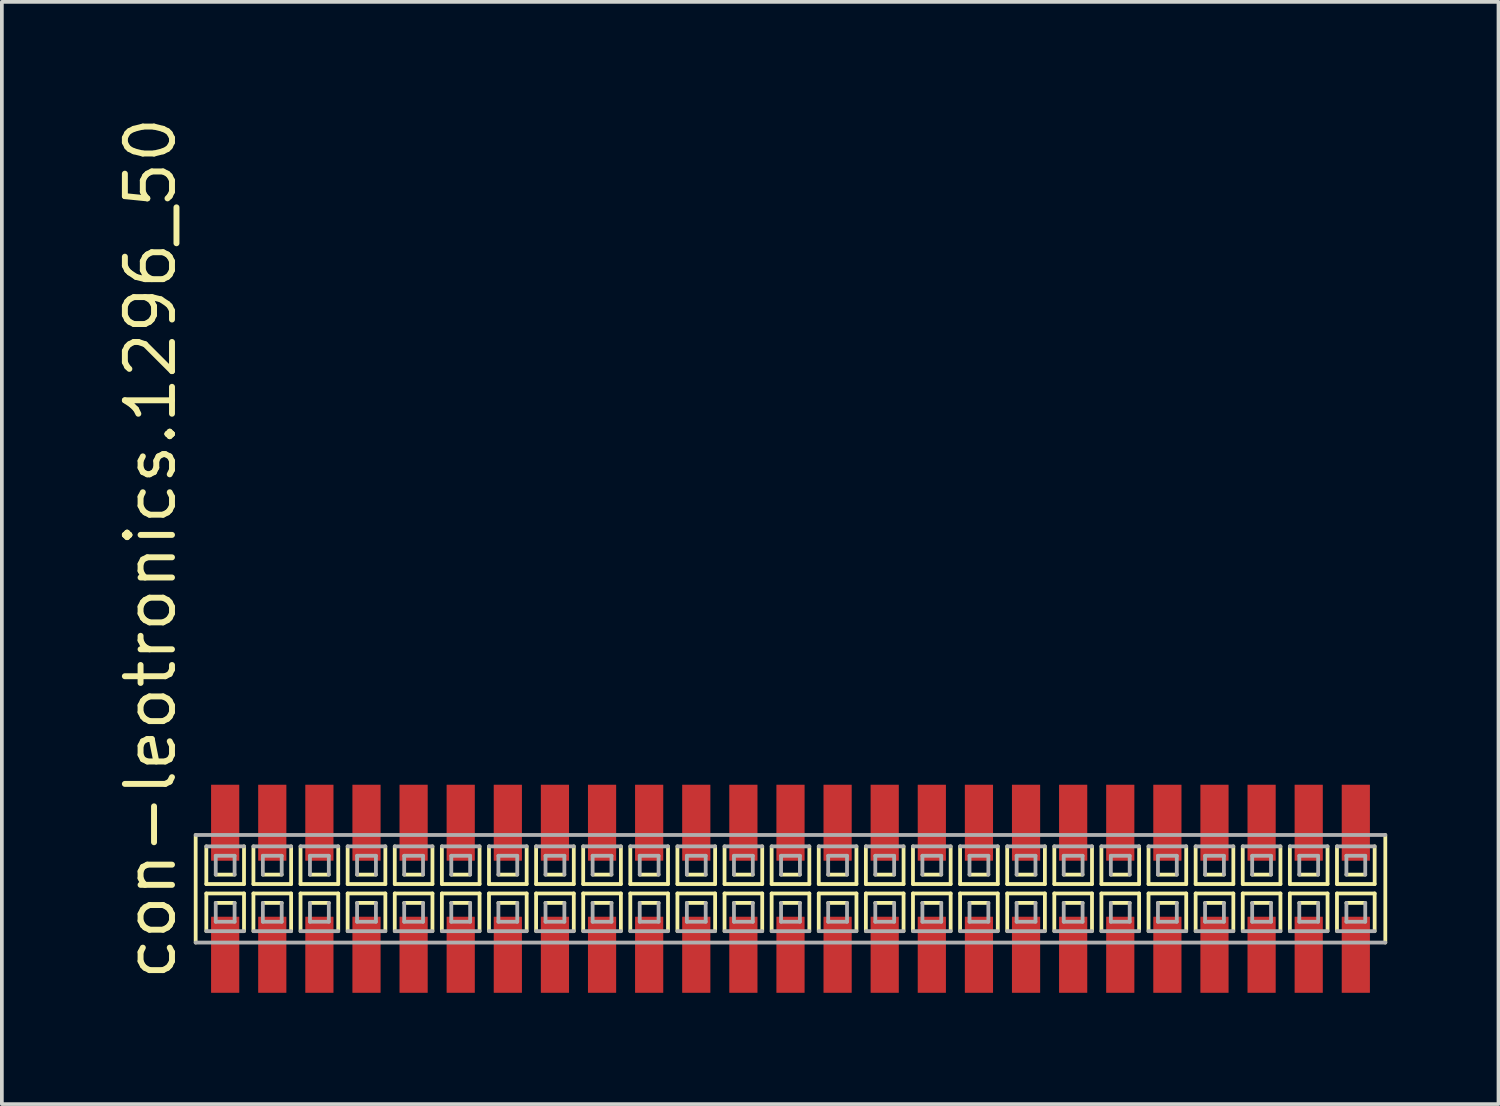
<source format=kicad_pcb>
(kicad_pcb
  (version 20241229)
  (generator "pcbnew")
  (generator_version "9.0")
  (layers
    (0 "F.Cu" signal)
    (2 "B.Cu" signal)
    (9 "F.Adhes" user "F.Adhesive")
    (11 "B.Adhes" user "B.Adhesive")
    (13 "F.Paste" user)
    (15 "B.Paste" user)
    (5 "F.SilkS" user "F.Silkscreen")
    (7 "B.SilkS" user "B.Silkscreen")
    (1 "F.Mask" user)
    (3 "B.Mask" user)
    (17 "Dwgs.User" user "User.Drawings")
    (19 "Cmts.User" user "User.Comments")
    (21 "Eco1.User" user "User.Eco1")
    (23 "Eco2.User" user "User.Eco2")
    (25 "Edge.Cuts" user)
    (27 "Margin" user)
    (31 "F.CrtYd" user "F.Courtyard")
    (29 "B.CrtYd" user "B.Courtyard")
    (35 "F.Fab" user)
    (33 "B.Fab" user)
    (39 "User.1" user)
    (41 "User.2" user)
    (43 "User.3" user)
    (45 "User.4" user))
  (footprint "con-leotronics.1296_50"
    (layer "F.Cu")
    (at 18.26 20.909)
    (property "Reference" "con-leotronics.1296_50" (at -16.51 2.54 90) (layer "F.SilkS") (effects (font (size 1.27 1.27) (thickness 0.16)) (justify left bottom)))
    (attr smd)
    (fp_line (start -16.035 -1.45) (end -16.035 1.45) (stroke (width 0.102) (type default)) (layer "F.SilkS"))
    (fp_line (start -15.748 -1.143) (end -15.748 -0.127) (stroke (width 0.102) (type default)) (layer "F.SilkS"))
    (fp_line (start -15.748 -0.127) (end -14.732 -0.127) (stroke (width 0.102) (type default)) (layer "F.SilkS"))
    (fp_line (start -15.748 0.127) (end -15.748 1.143) (stroke (width 0.102) (type default)) (layer "F.SilkS"))
    (fp_line (start -15.494 -0.381) (end -14.986 -0.381) (stroke (width 0.102) (type default)) (layer "F.SilkS"))
    (fp_line (start -14.986 0.381) (end -15.494 0.381) (stroke (width 0.102) (type default)) (layer "F.SilkS"))
    (fp_line (start -14.732 -0.127) (end -14.732 -1.143) (stroke (width 0.102) (type default)) (layer "F.SilkS"))
    (fp_line (start -14.732 0.127) (end -15.748 0.127) (stroke (width 0.102) (type default)) (layer "F.SilkS"))
    (fp_line (start -14.732 1.143) (end -14.732 0.127) (stroke (width 0.102) (type default)) (layer "F.SilkS"))
    (fp_line (start -14.478 -1.143) (end -14.478 -0.127) (stroke (width 0.102) (type default)) (layer "F.SilkS"))
    (fp_line (start -14.478 -0.127) (end -13.462 -0.127) (stroke (width 0.102) (type default)) (layer "F.SilkS"))
    (fp_line (start -14.478 0.127) (end -14.478 1.143) (stroke (width 0.102) (type default)) (layer "F.SilkS"))
    (fp_line (start -14.224 -0.381) (end -13.716 -0.381) (stroke (width 0.102) (type default)) (layer "F.SilkS"))
    (fp_line (start -13.716 0.381) (end -14.224 0.381) (stroke (width 0.102) (type default)) (layer "F.SilkS"))
    (fp_line (start -13.462 -0.127) (end -13.462 -1.143) (stroke (width 0.102) (type default)) (layer "F.SilkS"))
    (fp_line (start -13.462 0.127) (end -14.478 0.127) (stroke (width 0.102) (type default)) (layer "F.SilkS"))
    (fp_line (start -13.462 1.143) (end -13.462 0.127) (stroke (width 0.102) (type default)) (layer "F.SilkS"))
    (fp_line (start -13.208 -1.143) (end -13.208 -0.127) (stroke (width 0.102) (type default)) (layer "F.SilkS"))
    (fp_line (start -13.208 -0.127) (end -12.192 -0.127) (stroke (width 0.102) (type default)) (layer "F.SilkS"))
    (fp_line (start -13.208 0.127) (end -13.208 1.143) (stroke (width 0.102) (type default)) (layer "F.SilkS"))
    (fp_line (start -12.954 -0.381) (end -12.446 -0.381) (stroke (width 0.102) (type default)) (layer "F.SilkS"))
    (fp_line (start -12.446 0.381) (end -12.954 0.381) (stroke (width 0.102) (type default)) (layer "F.SilkS"))
    (fp_line (start -12.192 -0.127) (end -12.192 -1.143) (stroke (width 0.102) (type default)) (layer "F.SilkS"))
    (fp_line (start -12.192 0.127) (end -13.208 0.127) (stroke (width 0.102) (type default)) (layer "F.SilkS"))
    (fp_line (start -12.192 1.143) (end -12.192 0.127) (stroke (width 0.102) (type default)) (layer "F.SilkS"))
    (fp_line (start -11.938 -1.143) (end -11.938 -0.127) (stroke (width 0.102) (type default)) (layer "F.SilkS"))
    (fp_line (start -11.938 -0.127) (end -10.922 -0.127) (stroke (width 0.102) (type default)) (layer "F.SilkS"))
    (fp_line (start -11.938 0.127) (end -11.938 1.143) (stroke (width 0.102) (type default)) (layer "F.SilkS"))
    (fp_line (start -11.684 -0.381) (end -11.176 -0.381) (stroke (width 0.102) (type default)) (layer "F.SilkS"))
    (fp_line (start -11.176 0.381) (end -11.684 0.381) (stroke (width 0.102) (type default)) (layer "F.SilkS"))
    (fp_line (start -10.922 -0.127) (end -10.922 -1.143) (stroke (width 0.102) (type default)) (layer "F.SilkS"))
    (fp_line (start -10.922 0.127) (end -11.938 0.127) (stroke (width 0.102) (type default)) (layer "F.SilkS"))
    (fp_line (start -10.922 1.143) (end -10.922 0.127) (stroke (width 0.102) (type default)) (layer "F.SilkS"))
    (fp_line (start -10.668 -1.143) (end -10.668 -0.127) (stroke (width 0.102) (type default)) (layer "F.SilkS"))
    (fp_line (start -10.668 -0.127) (end -9.652 -0.127) (stroke (width 0.102) (type default)) (layer "F.SilkS"))
    (fp_line (start -10.668 0.127) (end -10.668 1.143) (stroke (width 0.102) (type default)) (layer "F.SilkS"))
    (fp_line (start -10.414 -0.381) (end -9.906 -0.381) (stroke (width 0.102) (type default)) (layer "F.SilkS"))
    (fp_line (start -9.906 0.381) (end -10.414 0.381) (stroke (width 0.102) (type default)) (layer "F.SilkS"))
    (fp_line (start -9.652 -0.127) (end -9.652 -1.143) (stroke (width 0.102) (type default)) (layer "F.SilkS"))
    (fp_line (start -9.652 0.127) (end -10.668 0.127) (stroke (width 0.102) (type default)) (layer "F.SilkS"))
    (fp_line (start -9.652 1.143) (end -9.652 0.127) (stroke (width 0.102) (type default)) (layer "F.SilkS"))
    (fp_line (start -9.398 -1.143) (end -9.398 -0.127) (stroke (width 0.102) (type default)) (layer "F.SilkS"))
    (fp_line (start -9.398 -0.127) (end -8.382 -0.127) (stroke (width 0.102) (type default)) (layer "F.SilkS"))
    (fp_line (start -9.398 0.127) (end -9.398 1.143) (stroke (width 0.102) (type default)) (layer "F.SilkS"))
    (fp_line (start -9.144 -0.381) (end -8.636 -0.381) (stroke (width 0.102) (type default)) (layer "F.SilkS"))
    (fp_line (start -8.636 0.381) (end -9.144 0.381) (stroke (width 0.102) (type default)) (layer "F.SilkS"))
    (fp_line (start -8.382 -0.127) (end -8.382 -1.143) (stroke (width 0.102) (type default)) (layer "F.SilkS"))
    (fp_line (start -8.382 0.127) (end -9.398 0.127) (stroke (width 0.102) (type default)) (layer "F.SilkS"))
    (fp_line (start -8.382 1.143) (end -8.382 0.127) (stroke (width 0.102) (type default)) (layer "F.SilkS"))
    (fp_line (start -8.128 -1.143) (end -8.128 -0.127) (stroke (width 0.102) (type default)) (layer "F.SilkS"))
    (fp_line (start -8.128 -0.127) (end -7.112 -0.127) (stroke (width 0.102) (type default)) (layer "F.SilkS"))
    (fp_line (start -8.128 0.127) (end -8.128 1.143) (stroke (width 0.102) (type default)) (layer "F.SilkS"))
    (fp_line (start -7.874 -0.381) (end -7.366 -0.381) (stroke (width 0.102) (type default)) (layer "F.SilkS"))
    (fp_line (start -7.366 0.381) (end -7.874 0.381) (stroke (width 0.102) (type default)) (layer "F.SilkS"))
    (fp_line (start -7.112 -0.127) (end -7.112 -1.143) (stroke (width 0.102) (type default)) (layer "F.SilkS"))
    (fp_line (start -7.112 0.127) (end -8.128 0.127) (stroke (width 0.102) (type default)) (layer "F.SilkS"))
    (fp_line (start -7.112 1.143) (end -7.112 0.127) (stroke (width 0.102) (type default)) (layer "F.SilkS"))
    (fp_line (start -6.858 -1.143) (end -6.858 -0.127) (stroke (width 0.102) (type default)) (layer "F.SilkS"))
    (fp_line (start -6.858 -0.127) (end -5.842 -0.127) (stroke (width 0.102) (type default)) (layer "F.SilkS"))
    (fp_line (start -6.858 0.127) (end -6.858 1.143) (stroke (width 0.102) (type default)) (layer "F.SilkS"))
    (fp_line (start -6.604 -0.381) (end -6.096 -0.381) (stroke (width 0.102) (type default)) (layer "F.SilkS"))
    (fp_line (start -6.096 0.381) (end -6.604 0.381) (stroke (width 0.102) (type default)) (layer "F.SilkS"))
    (fp_line (start -5.842 -0.127) (end -5.842 -1.143) (stroke (width 0.102) (type default)) (layer "F.SilkS"))
    (fp_line (start -5.842 0.127) (end -6.858 0.127) (stroke (width 0.102) (type default)) (layer "F.SilkS"))
    (fp_line (start -5.842 1.143) (end -5.842 0.127) (stroke (width 0.102) (type default)) (layer "F.SilkS"))
    (fp_line (start -5.588 -1.143) (end -5.588 -0.127) (stroke (width 0.102) (type default)) (layer "F.SilkS"))
    (fp_line (start -5.588 -0.127) (end -4.572 -0.127) (stroke (width 0.102) (type default)) (layer "F.SilkS"))
    (fp_line (start -5.588 0.127) (end -5.588 1.143) (stroke (width 0.102) (type default)) (layer "F.SilkS"))
    (fp_line (start -5.334 -0.381) (end -4.826 -0.381) (stroke (width 0.102) (type default)) (layer "F.SilkS"))
    (fp_line (start -4.826 0.381) (end -5.334 0.381) (stroke (width 0.102) (type default)) (layer "F.SilkS"))
    (fp_line (start -4.572 -0.127) (end -4.572 -1.143) (stroke (width 0.102) (type default)) (layer "F.SilkS"))
    (fp_line (start -4.572 0.127) (end -5.588 0.127) (stroke (width 0.102) (type default)) (layer "F.SilkS"))
    (fp_line (start -4.572 1.143) (end -4.572 0.127) (stroke (width 0.102) (type default)) (layer "F.SilkS"))
    (fp_line (start -4.318 -1.143) (end -4.318 -0.127) (stroke (width 0.102) (type default)) (layer "F.SilkS"))
    (fp_line (start -4.318 -0.127) (end -3.302 -0.127) (stroke (width 0.102) (type default)) (layer "F.SilkS"))
    (fp_line (start -4.318 0.127) (end -4.318 1.143) (stroke (width 0.102) (type default)) (layer "F.SilkS"))
    (fp_line (start -4.064 -0.381) (end -3.556 -0.381) (stroke (width 0.102) (type default)) (layer "F.SilkS"))
    (fp_line (start -3.556 0.381) (end -4.064 0.381) (stroke (width 0.102) (type default)) (layer "F.SilkS"))
    (fp_line (start -3.302 -0.127) (end -3.302 -1.143) (stroke (width 0.102) (type default)) (layer "F.SilkS"))
    (fp_line (start -3.302 0.127) (end -4.318 0.127) (stroke (width 0.102) (type default)) (layer "F.SilkS"))
    (fp_line (start -3.302 1.143) (end -3.302 0.127) (stroke (width 0.102) (type default)) (layer "F.SilkS"))
    (fp_line (start -3.048 -1.143) (end -3.048 -0.127) (stroke (width 0.102) (type default)) (layer "F.SilkS"))
    (fp_line (start -3.048 -0.127) (end -2.032 -0.127) (stroke (width 0.102) (type default)) (layer "F.SilkS"))
    (fp_line (start -3.048 0.127) (end -3.048 1.143) (stroke (width 0.102) (type default)) (layer "F.SilkS"))
    (fp_line (start -2.794 -0.381) (end -2.286 -0.381) (stroke (width 0.102) (type default)) (layer "F.SilkS"))
    (fp_line (start -2.286 0.381) (end -2.794 0.381) (stroke (width 0.102) (type default)) (layer "F.SilkS"))
    (fp_line (start -2.032 -0.127) (end -2.032 -1.143) (stroke (width 0.102) (type default)) (layer "F.SilkS"))
    (fp_line (start -2.032 0.127) (end -3.048 0.127) (stroke (width 0.102) (type default)) (layer "F.SilkS"))
    (fp_line (start -2.032 1.143) (end -2.032 0.127) (stroke (width 0.102) (type default)) (layer "F.SilkS"))
    (fp_line (start -1.778 -1.143) (end -1.778 -0.127) (stroke (width 0.102) (type default)) (layer "F.SilkS"))
    (fp_line (start -1.778 -0.127) (end -0.762 -0.127) (stroke (width 0.102) (type default)) (layer "F.SilkS"))
    (fp_line (start -1.778 0.127) (end -1.778 1.143) (stroke (width 0.102) (type default)) (layer "F.SilkS"))
    (fp_line (start -1.524 -0.381) (end -1.016 -0.381) (stroke (width 0.102) (type default)) (layer "F.SilkS"))
    (fp_line (start -1.016 0.381) (end -1.524 0.381) (stroke (width 0.102) (type default)) (layer "F.SilkS"))
    (fp_line (start -0.762 -0.127) (end -0.762 -1.143) (stroke (width 0.102) (type default)) (layer "F.SilkS"))
    (fp_line (start -0.762 0.127) (end -1.778 0.127) (stroke (width 0.102) (type default)) (layer "F.SilkS"))
    (fp_line (start -0.762 1.143) (end -0.762 0.127) (stroke (width 0.102) (type default)) (layer "F.SilkS"))
    (fp_line (start -0.508 -1.143) (end -0.508 -0.127) (stroke (width 0.102) (type default)) (layer "F.SilkS"))
    (fp_line (start -0.508 -0.127) (end 0.508 -0.127) (stroke (width 0.102) (type default)) (layer "F.SilkS"))
    (fp_line (start -0.508 0.127) (end -0.508 1.143) (stroke (width 0.102) (type default)) (layer "F.SilkS"))
    (fp_line (start -0.254 -0.381) (end 0.254 -0.381) (stroke (width 0.102) (type default)) (layer "F.SilkS"))
    (fp_line (start 0.254 0.381) (end -0.254 0.381) (stroke (width 0.102) (type default)) (layer "F.SilkS"))
    (fp_line (start 0.508 -0.127) (end 0.508 -1.143) (stroke (width 0.102) (type default)) (layer "F.SilkS"))
    (fp_line (start 0.508 0.127) (end -0.508 0.127) (stroke (width 0.102) (type default)) (layer "F.SilkS"))
    (fp_line (start 0.508 1.143) (end 0.508 0.127) (stroke (width 0.102) (type default)) (layer "F.SilkS"))
    (fp_line (start 0.762 -1.143) (end 0.762 -0.127) (stroke (width 0.102) (type default)) (layer "F.SilkS"))
    (fp_line (start 0.762 -0.127) (end 1.778 -0.127) (stroke (width 0.102) (type default)) (layer "F.SilkS"))
    (fp_line (start 0.762 0.127) (end 0.762 1.143) (stroke (width 0.102) (type default)) (layer "F.SilkS"))
    (fp_line (start 1.016 -0.381) (end 1.524 -0.381) (stroke (width 0.102) (type default)) (layer "F.SilkS"))
    (fp_line (start 1.524 0.381) (end 1.016 0.381) (stroke (width 0.102) (type default)) (layer "F.SilkS"))
    (fp_line (start 1.778 -0.127) (end 1.778 -1.143) (stroke (width 0.102) (type default)) (layer "F.SilkS"))
    (fp_line (start 1.778 0.127) (end 0.762 0.127) (stroke (width 0.102) (type default)) (layer "F.SilkS"))
    (fp_line (start 1.778 1.143) (end 1.778 0.127) (stroke (width 0.102) (type default)) (layer "F.SilkS"))
    (fp_line (start 2.032 -1.143) (end 2.032 -0.127) (stroke (width 0.102) (type default)) (layer "F.SilkS"))
    (fp_line (start 2.032 -0.127) (end 3.048 -0.127) (stroke (width 0.102) (type default)) (layer "F.SilkS"))
    (fp_line (start 2.032 0.127) (end 2.032 1.143) (stroke (width 0.102) (type default)) (layer "F.SilkS"))
    (fp_line (start 2.286 -0.381) (end 2.794 -0.381) (stroke (width 0.102) (type default)) (layer "F.SilkS"))
    (fp_line (start 2.794 0.381) (end 2.286 0.381) (stroke (width 0.102) (type default)) (layer "F.SilkS"))
    (fp_line (start 3.048 -0.127) (end 3.048 -1.143) (stroke (width 0.102) (type default)) (layer "F.SilkS"))
    (fp_line (start 3.048 0.127) (end 2.032 0.127) (stroke (width 0.102) (type default)) (layer "F.SilkS"))
    (fp_line (start 3.048 1.143) (end 3.048 0.127) (stroke (width 0.102) (type default)) (layer "F.SilkS"))
    (fp_line (start 3.302 -1.143) (end 3.302 -0.127) (stroke (width 0.102) (type default)) (layer "F.SilkS"))
    (fp_line (start 3.302 -0.127) (end 4.318 -0.127) (stroke (width 0.102) (type default)) (layer "F.SilkS"))
    (fp_line (start 3.302 0.127) (end 3.302 1.143) (stroke (width 0.102) (type default)) (layer "F.SilkS"))
    (fp_line (start 3.556 -0.381) (end 4.064 -0.381) (stroke (width 0.102) (type default)) (layer "F.SilkS"))
    (fp_line (start 4.064 0.381) (end 3.556 0.381) (stroke (width 0.102) (type default)) (layer "F.SilkS"))
    (fp_line (start 4.318 -0.127) (end 4.318 -1.143) (stroke (width 0.102) (type default)) (layer "F.SilkS"))
    (fp_line (start 4.318 0.127) (end 3.302 0.127) (stroke (width 0.102) (type default)) (layer "F.SilkS"))
    (fp_line (start 4.318 1.143) (end 4.318 0.127) (stroke (width 0.102) (type default)) (layer "F.SilkS"))
    (fp_line (start 4.572 -1.143) (end 4.572 -0.127) (stroke (width 0.102) (type default)) (layer "F.SilkS"))
    (fp_line (start 4.572 -0.127) (end 5.588 -0.127) (stroke (width 0.102) (type default)) (layer "F.SilkS"))
    (fp_line (start 4.572 0.127) (end 4.572 1.143) (stroke (width 0.102) (type default)) (layer "F.SilkS"))
    (fp_line (start 4.826 -0.381) (end 5.334 -0.381) (stroke (width 0.102) (type default)) (layer "F.SilkS"))
    (fp_line (start 5.334 0.381) (end 4.826 0.381) (stroke (width 0.102) (type default)) (layer "F.SilkS"))
    (fp_line (start 5.588 -0.127) (end 5.588 -1.143) (stroke (width 0.102) (type default)) (layer "F.SilkS"))
    (fp_line (start 5.588 0.127) (end 4.572 0.127) (stroke (width 0.102) (type default)) (layer "F.SilkS"))
    (fp_line (start 5.588 1.143) (end 5.588 0.127) (stroke (width 0.102) (type default)) (layer "F.SilkS"))
    (fp_line (start 5.842 -1.143) (end 5.842 -0.127) (stroke (width 0.102) (type default)) (layer "F.SilkS"))
    (fp_line (start 5.842 -0.127) (end 6.858 -0.127) (stroke (width 0.102) (type default)) (layer "F.SilkS"))
    (fp_line (start 5.842 0.127) (end 5.842 1.143) (stroke (width 0.102) (type default)) (layer "F.SilkS"))
    (fp_line (start 6.096 -0.381) (end 6.604 -0.381) (stroke (width 0.102) (type default)) (layer "F.SilkS"))
    (fp_line (start 6.604 0.381) (end 6.096 0.381) (stroke (width 0.102) (type default)) (layer "F.SilkS"))
    (fp_line (start 6.858 -0.127) (end 6.858 -1.143) (stroke (width 0.102) (type default)) (layer "F.SilkS"))
    (fp_line (start 6.858 0.127) (end 5.842 0.127) (stroke (width 0.102) (type default)) (layer "F.SilkS"))
    (fp_line (start 6.858 1.143) (end 6.858 0.127) (stroke (width 0.102) (type default)) (layer "F.SilkS"))
    (fp_line (start 7.112 -1.143) (end 7.112 -0.127) (stroke (width 0.102) (type default)) (layer "F.SilkS"))
    (fp_line (start 7.112 -0.127) (end 8.128 -0.127) (stroke (width 0.102) (type default)) (layer "F.SilkS"))
    (fp_line (start 7.112 0.127) (end 7.112 1.143) (stroke (width 0.102) (type default)) (layer "F.SilkS"))
    (fp_line (start 7.366 -0.381) (end 7.874 -0.381) (stroke (width 0.102) (type default)) (layer "F.SilkS"))
    (fp_line (start 7.874 0.381) (end 7.366 0.381) (stroke (width 0.102) (type default)) (layer "F.SilkS"))
    (fp_line (start 8.128 -0.127) (end 8.128 -1.143) (stroke (width 0.102) (type default)) (layer "F.SilkS"))
    (fp_line (start 8.128 0.127) (end 7.112 0.127) (stroke (width 0.102) (type default)) (layer "F.SilkS"))
    (fp_line (start 8.128 1.143) (end 8.128 0.127) (stroke (width 0.102) (type default)) (layer "F.SilkS"))
    (fp_line (start 8.382 -1.143) (end 8.382 -0.127) (stroke (width 0.102) (type default)) (layer "F.SilkS"))
    (fp_line (start 8.382 -0.127) (end 9.398 -0.127) (stroke (width 0.102) (type default)) (layer "F.SilkS"))
    (fp_line (start 8.382 0.127) (end 8.382 1.143) (stroke (width 0.102) (type default)) (layer "F.SilkS"))
    (fp_line (start 8.636 -0.381) (end 9.144 -0.381) (stroke (width 0.102) (type default)) (layer "F.SilkS"))
    (fp_line (start 9.144 0.381) (end 8.636 0.381) (stroke (width 0.102) (type default)) (layer "F.SilkS"))
    (fp_line (start 9.398 -0.127) (end 9.398 -1.143) (stroke (width 0.102) (type default)) (layer "F.SilkS"))
    (fp_line (start 9.398 0.127) (end 8.382 0.127) (stroke (width 0.102) (type default)) (layer "F.SilkS"))
    (fp_line (start 9.398 1.143) (end 9.398 0.127) (stroke (width 0.102) (type default)) (layer "F.SilkS"))
    (fp_line (start 9.652 -1.143) (end 9.652 -0.127) (stroke (width 0.102) (type default)) (layer "F.SilkS"))
    (fp_line (start 9.652 -0.127) (end 10.668 -0.127) (stroke (width 0.102) (type default)) (layer "F.SilkS"))
    (fp_line (start 9.652 0.127) (end 9.652 1.143) (stroke (width 0.102) (type default)) (layer "F.SilkS"))
    (fp_line (start 9.906 -0.381) (end 10.414 -0.381) (stroke (width 0.102) (type default)) (layer "F.SilkS"))
    (fp_line (start 10.414 0.381) (end 9.906 0.381) (stroke (width 0.102) (type default)) (layer "F.SilkS"))
    (fp_line (start 10.668 -0.127) (end 10.668 -1.143) (stroke (width 0.102) (type default)) (layer "F.SilkS"))
    (fp_line (start 10.668 0.127) (end 9.652 0.127) (stroke (width 0.102) (type default)) (layer "F.SilkS"))
    (fp_line (start 10.668 1.143) (end 10.668 0.127) (stroke (width 0.102) (type default)) (layer "F.SilkS"))
    (fp_line (start 10.922 -1.143) (end 10.922 -0.127) (stroke (width 0.102) (type default)) (layer "F.SilkS"))
    (fp_line (start 10.922 -0.127) (end 11.938 -0.127) (stroke (width 0.102) (type default)) (layer "F.SilkS"))
    (fp_line (start 10.922 0.127) (end 10.922 1.143) (stroke (width 0.102) (type default)) (layer "F.SilkS"))
    (fp_line (start 11.176 -0.381) (end 11.684 -0.381) (stroke (width 0.102) (type default)) (layer "F.SilkS"))
    (fp_line (start 11.684 0.381) (end 11.176 0.381) (stroke (width 0.102) (type default)) (layer "F.SilkS"))
    (fp_line (start 11.938 -0.127) (end 11.938 -1.143) (stroke (width 0.102) (type default)) (layer "F.SilkS"))
    (fp_line (start 11.938 0.127) (end 10.922 0.127) (stroke (width 0.102) (type default)) (layer "F.SilkS"))
    (fp_line (start 11.938 1.143) (end 11.938 0.127) (stroke (width 0.102) (type default)) (layer "F.SilkS"))
    (fp_line (start 12.192 -1.143) (end 12.192 -0.127) (stroke (width 0.102) (type default)) (layer "F.SilkS"))
    (fp_line (start 12.192 -0.127) (end 13.208 -0.127) (stroke (width 0.102) (type default)) (layer "F.SilkS"))
    (fp_line (start 12.192 0.127) (end 12.192 1.143) (stroke (width 0.102) (type default)) (layer "F.SilkS"))
    (fp_line (start 12.446 -0.381) (end 12.954 -0.381) (stroke (width 0.102) (type default)) (layer "F.SilkS"))
    (fp_line (start 12.954 0.381) (end 12.446 0.381) (stroke (width 0.102) (type default)) (layer "F.SilkS"))
    (fp_line (start 13.208 -0.127) (end 13.208 -1.143) (stroke (width 0.102) (type default)) (layer "F.SilkS"))
    (fp_line (start 13.208 0.127) (end 12.192 0.127) (stroke (width 0.102) (type default)) (layer "F.SilkS"))
    (fp_line (start 13.208 1.143) (end 13.208 0.127) (stroke (width 0.102) (type default)) (layer "F.SilkS"))
    (fp_line (start 13.462 -1.143) (end 13.462 -0.127) (stroke (width 0.102) (type default)) (layer "F.SilkS"))
    (fp_line (start 13.462 -0.127) (end 14.478 -0.127) (stroke (width 0.102) (type default)) (layer "F.SilkS"))
    (fp_line (start 13.462 0.127) (end 13.462 1.143) (stroke (width 0.102) (type default)) (layer "F.SilkS"))
    (fp_line (start 13.716 -0.381) (end 14.224 -0.381) (stroke (width 0.102) (type default)) (layer "F.SilkS"))
    (fp_line (start 14.224 0.381) (end 13.716 0.381) (stroke (width 0.102) (type default)) (layer "F.SilkS"))
    (fp_line (start 14.478 -0.127) (end 14.478 -1.143) (stroke (width 0.102) (type default)) (layer "F.SilkS"))
    (fp_line (start 14.478 0.127) (end 13.462 0.127) (stroke (width 0.102) (type default)) (layer "F.SilkS"))
    (fp_line (start 14.478 1.143) (end 14.478 0.127) (stroke (width 0.102) (type default)) (layer "F.SilkS"))
    (fp_line (start 14.732 -1.143) (end 14.732 -0.127) (stroke (width 0.102) (type default)) (layer "F.SilkS"))
    (fp_line (start 14.732 -0.127) (end 15.748 -0.127) (stroke (width 0.102) (type default)) (layer "F.SilkS"))
    (fp_line (start 14.732 0.127) (end 14.732 1.143) (stroke (width 0.102) (type default)) (layer "F.SilkS"))
    (fp_line (start 14.986 -0.381) (end 15.494 -0.381) (stroke (width 0.102) (type default)) (layer "F.SilkS"))
    (fp_line (start 15.494 0.381) (end 14.986 0.381) (stroke (width 0.102) (type default)) (layer "F.SilkS"))
    (fp_line (start 15.748 -0.127) (end 15.748 -1.143) (stroke (width 0.102) (type default)) (layer "F.SilkS"))
    (fp_line (start 15.748 0.127) (end 14.732 0.127) (stroke (width 0.102) (type default)) (layer "F.SilkS"))
    (fp_line (start 15.748 1.143) (end 15.748 0.127) (stroke (width 0.102) (type default)) (layer "F.SilkS"))
    (fp_line (start 16.035 1.45) (end 16.035 -1.45) (stroke (width 0.102) (type default)) (layer "F.SilkS"))
    (fp_line (start -16.035 1.45) (end 16.035 1.45) (stroke (width 0.102) (type default)) (layer "F.Fab"))
    (fp_line (start -15.748 1.143) (end -14.732 1.143) (stroke (width 0.102) (type default)) (layer "F.Fab"))
    (fp_line (start -15.494 -0.889) (end -15.494 -0.381) (stroke (width 0.102) (type default)) (layer "F.Fab"))
    (fp_line (start -15.494 0.381) (end -15.494 0.889) (stroke (width 0.102) (type default)) (layer "F.Fab"))
    (fp_line (start -15.494 0.889) (end -14.986 0.889) (stroke (width 0.102) (type default)) (layer "F.Fab"))
    (fp_line (start -14.986 -0.889) (end -15.494 -0.889) (stroke (width 0.102) (type default)) (layer "F.Fab"))
    (fp_line (start -14.986 -0.381) (end -14.986 -0.889) (stroke (width 0.102) (type default)) (layer "F.Fab"))
    (fp_line (start -14.986 0.889) (end -14.986 0.381) (stroke (width 0.102) (type default)) (layer "F.Fab"))
    (fp_line (start -14.732 -1.143) (end -15.748 -1.143) (stroke (width 0.102) (type default)) (layer "F.Fab"))
    (fp_line (start -14.478 1.143) (end -13.462 1.143) (stroke (width 0.102) (type default)) (layer "F.Fab"))
    (fp_line (start -14.224 -0.889) (end -14.224 -0.381) (stroke (width 0.102) (type default)) (layer "F.Fab"))
    (fp_line (start -14.224 0.381) (end -14.224 0.889) (stroke (width 0.102) (type default)) (layer "F.Fab"))
    (fp_line (start -14.224 0.889) (end -13.716 0.889) (stroke (width 0.102) (type default)) (layer "F.Fab"))
    (fp_line (start -13.716 -0.889) (end -14.224 -0.889) (stroke (width 0.102) (type default)) (layer "F.Fab"))
    (fp_line (start -13.716 -0.381) (end -13.716 -0.889) (stroke (width 0.102) (type default)) (layer "F.Fab"))
    (fp_line (start -13.716 0.889) (end -13.716 0.381) (stroke (width 0.102) (type default)) (layer "F.Fab"))
    (fp_line (start -13.462 -1.143) (end -14.478 -1.143) (stroke (width 0.102) (type default)) (layer "F.Fab"))
    (fp_line (start -13.208 1.143) (end -12.192 1.143) (stroke (width 0.102) (type default)) (layer "F.Fab"))
    (fp_line (start -12.954 -0.889) (end -12.954 -0.381) (stroke (width 0.102) (type default)) (layer "F.Fab"))
    (fp_line (start -12.954 0.381) (end -12.954 0.889) (stroke (width 0.102) (type default)) (layer "F.Fab"))
    (fp_line (start -12.954 0.889) (end -12.446 0.889) (stroke (width 0.102) (type default)) (layer "F.Fab"))
    (fp_line (start -12.446 -0.889) (end -12.954 -0.889) (stroke (width 0.102) (type default)) (layer "F.Fab"))
    (fp_line (start -12.446 -0.381) (end -12.446 -0.889) (stroke (width 0.102) (type default)) (layer "F.Fab"))
    (fp_line (start -12.446 0.889) (end -12.446 0.381) (stroke (width 0.102) (type default)) (layer "F.Fab"))
    (fp_line (start -12.192 -1.143) (end -13.208 -1.143) (stroke (width 0.102) (type default)) (layer "F.Fab"))
    (fp_line (start -11.938 1.143) (end -10.922 1.143) (stroke (width 0.102) (type default)) (layer "F.Fab"))
    (fp_line (start -11.684 -0.889) (end -11.684 -0.381) (stroke (width 0.102) (type default)) (layer "F.Fab"))
    (fp_line (start -11.684 0.381) (end -11.684 0.889) (stroke (width 0.102) (type default)) (layer "F.Fab"))
    (fp_line (start -11.684 0.889) (end -11.176 0.889) (stroke (width 0.102) (type default)) (layer "F.Fab"))
    (fp_line (start -11.176 -0.889) (end -11.684 -0.889) (stroke (width 0.102) (type default)) (layer "F.Fab"))
    (fp_line (start -11.176 -0.381) (end -11.176 -0.889) (stroke (width 0.102) (type default)) (layer "F.Fab"))
    (fp_line (start -11.176 0.889) (end -11.176 0.381) (stroke (width 0.102) (type default)) (layer "F.Fab"))
    (fp_line (start -10.922 -1.143) (end -11.938 -1.143) (stroke (width 0.102) (type default)) (layer "F.Fab"))
    (fp_line (start -10.668 1.143) (end -9.652 1.143) (stroke (width 0.102) (type default)) (layer "F.Fab"))
    (fp_line (start -10.414 -0.889) (end -10.414 -0.381) (stroke (width 0.102) (type default)) (layer "F.Fab"))
    (fp_line (start -10.414 0.381) (end -10.414 0.889) (stroke (width 0.102) (type default)) (layer "F.Fab"))
    (fp_line (start -10.414 0.889) (end -9.906 0.889) (stroke (width 0.102) (type default)) (layer "F.Fab"))
    (fp_line (start -9.906 -0.889) (end -10.414 -0.889) (stroke (width 0.102) (type default)) (layer "F.Fab"))
    (fp_line (start -9.906 -0.381) (end -9.906 -0.889) (stroke (width 0.102) (type default)) (layer "F.Fab"))
    (fp_line (start -9.906 0.889) (end -9.906 0.381) (stroke (width 0.102) (type default)) (layer "F.Fab"))
    (fp_line (start -9.652 -1.143) (end -10.668 -1.143) (stroke (width 0.102) (type default)) (layer "F.Fab"))
    (fp_line (start -9.398 1.143) (end -8.382 1.143) (stroke (width 0.102) (type default)) (layer "F.Fab"))
    (fp_line (start -9.144 -0.889) (end -9.144 -0.381) (stroke (width 0.102) (type default)) (layer "F.Fab"))
    (fp_line (start -9.144 0.381) (end -9.144 0.889) (stroke (width 0.102) (type default)) (layer "F.Fab"))
    (fp_line (start -9.144 0.889) (end -8.636 0.889) (stroke (width 0.102) (type default)) (layer "F.Fab"))
    (fp_line (start -8.636 -0.889) (end -9.144 -0.889) (stroke (width 0.102) (type default)) (layer "F.Fab"))
    (fp_line (start -8.636 -0.381) (end -8.636 -0.889) (stroke (width 0.102) (type default)) (layer "F.Fab"))
    (fp_line (start -8.636 0.889) (end -8.636 0.381) (stroke (width 0.102) (type default)) (layer "F.Fab"))
    (fp_line (start -8.382 -1.143) (end -9.398 -1.143) (stroke (width 0.102) (type default)) (layer "F.Fab"))
    (fp_line (start -8.128 1.143) (end -7.112 1.143) (stroke (width 0.102) (type default)) (layer "F.Fab"))
    (fp_line (start -7.874 -0.889) (end -7.874 -0.381) (stroke (width 0.102) (type default)) (layer "F.Fab"))
    (fp_line (start -7.874 0.381) (end -7.874 0.889) (stroke (width 0.102) (type default)) (layer "F.Fab"))
    (fp_line (start -7.874 0.889) (end -7.366 0.889) (stroke (width 0.102) (type default)) (layer "F.Fab"))
    (fp_line (start -7.366 -0.889) (end -7.874 -0.889) (stroke (width 0.102) (type default)) (layer "F.Fab"))
    (fp_line (start -7.366 -0.381) (end -7.366 -0.889) (stroke (width 0.102) (type default)) (layer "F.Fab"))
    (fp_line (start -7.366 0.889) (end -7.366 0.381) (stroke (width 0.102) (type default)) (layer "F.Fab"))
    (fp_line (start -7.112 -1.143) (end -8.128 -1.143) (stroke (width 0.102) (type default)) (layer "F.Fab"))
    (fp_line (start -6.858 1.143) (end -5.842 1.143) (stroke (width 0.102) (type default)) (layer "F.Fab"))
    (fp_line (start -6.604 -0.889) (end -6.604 -0.381) (stroke (width 0.102) (type default)) (layer "F.Fab"))
    (fp_line (start -6.604 0.381) (end -6.604 0.889) (stroke (width 0.102) (type default)) (layer "F.Fab"))
    (fp_line (start -6.604 0.889) (end -6.096 0.889) (stroke (width 0.102) (type default)) (layer "F.Fab"))
    (fp_line (start -6.096 -0.889) (end -6.604 -0.889) (stroke (width 0.102) (type default)) (layer "F.Fab"))
    (fp_line (start -6.096 -0.381) (end -6.096 -0.889) (stroke (width 0.102) (type default)) (layer "F.Fab"))
    (fp_line (start -6.096 0.889) (end -6.096 0.381) (stroke (width 0.102) (type default)) (layer "F.Fab"))
    (fp_line (start -5.842 -1.143) (end -6.858 -1.143) (stroke (width 0.102) (type default)) (layer "F.Fab"))
    (fp_line (start -5.588 1.143) (end -4.572 1.143) (stroke (width 0.102) (type default)) (layer "F.Fab"))
    (fp_line (start -5.334 -0.889) (end -5.334 -0.381) (stroke (width 0.102) (type default)) (layer "F.Fab"))
    (fp_line (start -5.334 0.381) (end -5.334 0.889) (stroke (width 0.102) (type default)) (layer "F.Fab"))
    (fp_line (start -5.334 0.889) (end -4.826 0.889) (stroke (width 0.102) (type default)) (layer "F.Fab"))
    (fp_line (start -4.826 -0.889) (end -5.334 -0.889) (stroke (width 0.102) (type default)) (layer "F.Fab"))
    (fp_line (start -4.826 -0.381) (end -4.826 -0.889) (stroke (width 0.102) (type default)) (layer "F.Fab"))
    (fp_line (start -4.826 0.889) (end -4.826 0.381) (stroke (width 0.102) (type default)) (layer "F.Fab"))
    (fp_line (start -4.572 -1.143) (end -5.588 -1.143) (stroke (width 0.102) (type default)) (layer "F.Fab"))
    (fp_line (start -4.318 1.143) (end -3.302 1.143) (stroke (width 0.102) (type default)) (layer "F.Fab"))
    (fp_line (start -4.064 -0.889) (end -4.064 -0.381) (stroke (width 0.102) (type default)) (layer "F.Fab"))
    (fp_line (start -4.064 0.381) (end -4.064 0.889) (stroke (width 0.102) (type default)) (layer "F.Fab"))
    (fp_line (start -4.064 0.889) (end -3.556 0.889) (stroke (width 0.102) (type default)) (layer "F.Fab"))
    (fp_line (start -3.556 -0.889) (end -4.064 -0.889) (stroke (width 0.102) (type default)) (layer "F.Fab"))
    (fp_line (start -3.556 -0.381) (end -3.556 -0.889) (stroke (width 0.102) (type default)) (layer "F.Fab"))
    (fp_line (start -3.556 0.889) (end -3.556 0.381) (stroke (width 0.102) (type default)) (layer "F.Fab"))
    (fp_line (start -3.302 -1.143) (end -4.318 -1.143) (stroke (width 0.102) (type default)) (layer "F.Fab"))
    (fp_line (start -3.048 1.143) (end -2.032 1.143) (stroke (width 0.102) (type default)) (layer "F.Fab"))
    (fp_line (start -2.794 -0.889) (end -2.794 -0.381) (stroke (width 0.102) (type default)) (layer "F.Fab"))
    (fp_line (start -2.794 0.381) (end -2.794 0.889) (stroke (width 0.102) (type default)) (layer "F.Fab"))
    (fp_line (start -2.794 0.889) (end -2.286 0.889) (stroke (width 0.102) (type default)) (layer "F.Fab"))
    (fp_line (start -2.286 -0.889) (end -2.794 -0.889) (stroke (width 0.102) (type default)) (layer "F.Fab"))
    (fp_line (start -2.286 -0.381) (end -2.286 -0.889) (stroke (width 0.102) (type default)) (layer "F.Fab"))
    (fp_line (start -2.286 0.889) (end -2.286 0.381) (stroke (width 0.102) (type default)) (layer "F.Fab"))
    (fp_line (start -2.032 -1.143) (end -3.048 -1.143) (stroke (width 0.102) (type default)) (layer "F.Fab"))
    (fp_line (start -1.778 1.143) (end -0.762 1.143) (stroke (width 0.102) (type default)) (layer "F.Fab"))
    (fp_line (start -1.524 -0.889) (end -1.524 -0.381) (stroke (width 0.102) (type default)) (layer "F.Fab"))
    (fp_line (start -1.524 0.381) (end -1.524 0.889) (stroke (width 0.102) (type default)) (layer "F.Fab"))
    (fp_line (start -1.524 0.889) (end -1.016 0.889) (stroke (width 0.102) (type default)) (layer "F.Fab"))
    (fp_line (start -1.016 -0.889) (end -1.524 -0.889) (stroke (width 0.102) (type default)) (layer "F.Fab"))
    (fp_line (start -1.016 -0.381) (end -1.016 -0.889) (stroke (width 0.102) (type default)) (layer "F.Fab"))
    (fp_line (start -1.016 0.889) (end -1.016 0.381) (stroke (width 0.102) (type default)) (layer "F.Fab"))
    (fp_line (start -0.762 -1.143) (end -1.778 -1.143) (stroke (width 0.102) (type default)) (layer "F.Fab"))
    (fp_line (start -0.508 1.143) (end 0.508 1.143) (stroke (width 0.102) (type default)) (layer "F.Fab"))
    (fp_line (start -0.254 -0.889) (end -0.254 -0.381) (stroke (width 0.102) (type default)) (layer "F.Fab"))
    (fp_line (start -0.254 0.381) (end -0.254 0.889) (stroke (width 0.102) (type default)) (layer "F.Fab"))
    (fp_line (start -0.254 0.889) (end 0.254 0.889) (stroke (width 0.102) (type default)) (layer "F.Fab"))
    (fp_line (start 0.254 -0.889) (end -0.254 -0.889) (stroke (width 0.102) (type default)) (layer "F.Fab"))
    (fp_line (start 0.254 -0.381) (end 0.254 -0.889) (stroke (width 0.102) (type default)) (layer "F.Fab"))
    (fp_line (start 0.254 0.889) (end 0.254 0.381) (stroke (width 0.102) (type default)) (layer "F.Fab"))
    (fp_line (start 0.508 -1.143) (end -0.508 -1.143) (stroke (width 0.102) (type default)) (layer "F.Fab"))
    (fp_line (start 0.762 1.143) (end 1.778 1.143) (stroke (width 0.102) (type default)) (layer "F.Fab"))
    (fp_line (start 1.016 -0.889) (end 1.016 -0.381) (stroke (width 0.102) (type default)) (layer "F.Fab"))
    (fp_line (start 1.016 0.381) (end 1.016 0.889) (stroke (width 0.102) (type default)) (layer "F.Fab"))
    (fp_line (start 1.016 0.889) (end 1.524 0.889) (stroke (width 0.102) (type default)) (layer "F.Fab"))
    (fp_line (start 1.524 -0.889) (end 1.016 -0.889) (stroke (width 0.102) (type default)) (layer "F.Fab"))
    (fp_line (start 1.524 -0.381) (end 1.524 -0.889) (stroke (width 0.102) (type default)) (layer "F.Fab"))
    (fp_line (start 1.524 0.889) (end 1.524 0.381) (stroke (width 0.102) (type default)) (layer "F.Fab"))
    (fp_line (start 1.778 -1.143) (end 0.762 -1.143) (stroke (width 0.102) (type default)) (layer "F.Fab"))
    (fp_line (start 2.032 1.143) (end 3.048 1.143) (stroke (width 0.102) (type default)) (layer "F.Fab"))
    (fp_line (start 2.286 -0.889) (end 2.286 -0.381) (stroke (width 0.102) (type default)) (layer "F.Fab"))
    (fp_line (start 2.286 0.381) (end 2.286 0.889) (stroke (width 0.102) (type default)) (layer "F.Fab"))
    (fp_line (start 2.286 0.889) (end 2.794 0.889) (stroke (width 0.102) (type default)) (layer "F.Fab"))
    (fp_line (start 2.794 -0.889) (end 2.286 -0.889) (stroke (width 0.102) (type default)) (layer "F.Fab"))
    (fp_line (start 2.794 -0.381) (end 2.794 -0.889) (stroke (width 0.102) (type default)) (layer "F.Fab"))
    (fp_line (start 2.794 0.889) (end 2.794 0.381) (stroke (width 0.102) (type default)) (layer "F.Fab"))
    (fp_line (start 3.048 -1.143) (end 2.032 -1.143) (stroke (width 0.102) (type default)) (layer "F.Fab"))
    (fp_line (start 3.302 1.143) (end 4.318 1.143) (stroke (width 0.102) (type default)) (layer "F.Fab"))
    (fp_line (start 3.556 -0.889) (end 3.556 -0.381) (stroke (width 0.102) (type default)) (layer "F.Fab"))
    (fp_line (start 3.556 0.381) (end 3.556 0.889) (stroke (width 0.102) (type default)) (layer "F.Fab"))
    (fp_line (start 3.556 0.889) (end 4.064 0.889) (stroke (width 0.102) (type default)) (layer "F.Fab"))
    (fp_line (start 4.064 -0.889) (end 3.556 -0.889) (stroke (width 0.102) (type default)) (layer "F.Fab"))
    (fp_line (start 4.064 -0.381) (end 4.064 -0.889) (stroke (width 0.102) (type default)) (layer "F.Fab"))
    (fp_line (start 4.064 0.889) (end 4.064 0.381) (stroke (width 0.102) (type default)) (layer "F.Fab"))
    (fp_line (start 4.318 -1.143) (end 3.302 -1.143) (stroke (width 0.102) (type default)) (layer "F.Fab"))
    (fp_line (start 4.572 1.143) (end 5.588 1.143) (stroke (width 0.102) (type default)) (layer "F.Fab"))
    (fp_line (start 4.826 -0.889) (end 4.826 -0.381) (stroke (width 0.102) (type default)) (layer "F.Fab"))
    (fp_line (start 4.826 0.381) (end 4.826 0.889) (stroke (width 0.102) (type default)) (layer "F.Fab"))
    (fp_line (start 4.826 0.889) (end 5.334 0.889) (stroke (width 0.102) (type default)) (layer "F.Fab"))
    (fp_line (start 5.334 -0.889) (end 4.826 -0.889) (stroke (width 0.102) (type default)) (layer "F.Fab"))
    (fp_line (start 5.334 -0.381) (end 5.334 -0.889) (stroke (width 0.102) (type default)) (layer "F.Fab"))
    (fp_line (start 5.334 0.889) (end 5.334 0.381) (stroke (width 0.102) (type default)) (layer "F.Fab"))
    (fp_line (start 5.588 -1.143) (end 4.572 -1.143) (stroke (width 0.102) (type default)) (layer "F.Fab"))
    (fp_line (start 5.842 1.143) (end 6.858 1.143) (stroke (width 0.102) (type default)) (layer "F.Fab"))
    (fp_line (start 6.096 -0.889) (end 6.096 -0.381) (stroke (width 0.102) (type default)) (layer "F.Fab"))
    (fp_line (start 6.096 0.381) (end 6.096 0.889) (stroke (width 0.102) (type default)) (layer "F.Fab"))
    (fp_line (start 6.096 0.889) (end 6.604 0.889) (stroke (width 0.102) (type default)) (layer "F.Fab"))
    (fp_line (start 6.604 -0.889) (end 6.096 -0.889) (stroke (width 0.102) (type default)) (layer "F.Fab"))
    (fp_line (start 6.604 -0.381) (end 6.604 -0.889) (stroke (width 0.102) (type default)) (layer "F.Fab"))
    (fp_line (start 6.604 0.889) (end 6.604 0.381) (stroke (width 0.102) (type default)) (layer "F.Fab"))
    (fp_line (start 6.858 -1.143) (end 5.842 -1.143) (stroke (width 0.102) (type default)) (layer "F.Fab"))
    (fp_line (start 7.112 1.143) (end 8.128 1.143) (stroke (width 0.102) (type default)) (layer "F.Fab"))
    (fp_line (start 7.366 -0.889) (end 7.366 -0.381) (stroke (width 0.102) (type default)) (layer "F.Fab"))
    (fp_line (start 7.366 0.381) (end 7.366 0.889) (stroke (width 0.102) (type default)) (layer "F.Fab"))
    (fp_line (start 7.366 0.889) (end 7.874 0.889) (stroke (width 0.102) (type default)) (layer "F.Fab"))
    (fp_line (start 7.874 -0.889) (end 7.366 -0.889) (stroke (width 0.102) (type default)) (layer "F.Fab"))
    (fp_line (start 7.874 -0.381) (end 7.874 -0.889) (stroke (width 0.102) (type default)) (layer "F.Fab"))
    (fp_line (start 7.874 0.889) (end 7.874 0.381) (stroke (width 0.102) (type default)) (layer "F.Fab"))
    (fp_line (start 8.128 -1.143) (end 7.112 -1.143) (stroke (width 0.102) (type default)) (layer "F.Fab"))
    (fp_line (start 8.382 1.143) (end 9.398 1.143) (stroke (width 0.102) (type default)) (layer "F.Fab"))
    (fp_line (start 8.636 -0.889) (end 8.636 -0.381) (stroke (width 0.102) (type default)) (layer "F.Fab"))
    (fp_line (start 8.636 0.381) (end 8.636 0.889) (stroke (width 0.102) (type default)) (layer "F.Fab"))
    (fp_line (start 8.636 0.889) (end 9.144 0.889) (stroke (width 0.102) (type default)) (layer "F.Fab"))
    (fp_line (start 9.144 -0.889) (end 8.636 -0.889) (stroke (width 0.102) (type default)) (layer "F.Fab"))
    (fp_line (start 9.144 -0.381) (end 9.144 -0.889) (stroke (width 0.102) (type default)) (layer "F.Fab"))
    (fp_line (start 9.144 0.889) (end 9.144 0.381) (stroke (width 0.102) (type default)) (layer "F.Fab"))
    (fp_line (start 9.398 -1.143) (end 8.382 -1.143) (stroke (width 0.102) (type default)) (layer "F.Fab"))
    (fp_line (start 9.652 1.143) (end 10.668 1.143) (stroke (width 0.102) (type default)) (layer "F.Fab"))
    (fp_line (start 9.906 -0.889) (end 9.906 -0.381) (stroke (width 0.102) (type default)) (layer "F.Fab"))
    (fp_line (start 9.906 0.381) (end 9.906 0.889) (stroke (width 0.102) (type default)) (layer "F.Fab"))
    (fp_line (start 9.906 0.889) (end 10.414 0.889) (stroke (width 0.102) (type default)) (layer "F.Fab"))
    (fp_line (start 10.414 -0.889) (end 9.906 -0.889) (stroke (width 0.102) (type default)) (layer "F.Fab"))
    (fp_line (start 10.414 -0.381) (end 10.414 -0.889) (stroke (width 0.102) (type default)) (layer "F.Fab"))
    (fp_line (start 10.414 0.889) (end 10.414 0.381) (stroke (width 0.102) (type default)) (layer "F.Fab"))
    (fp_line (start 10.668 -1.143) (end 9.652 -1.143) (stroke (width 0.102) (type default)) (layer "F.Fab"))
    (fp_line (start 10.922 1.143) (end 11.938 1.143) (stroke (width 0.102) (type default)) (layer "F.Fab"))
    (fp_line (start 11.176 -0.889) (end 11.176 -0.381) (stroke (width 0.102) (type default)) (layer "F.Fab"))
    (fp_line (start 11.176 0.381) (end 11.176 0.889) (stroke (width 0.102) (type default)) (layer "F.Fab"))
    (fp_line (start 11.176 0.889) (end 11.684 0.889) (stroke (width 0.102) (type default)) (layer "F.Fab"))
    (fp_line (start 11.684 -0.889) (end 11.176 -0.889) (stroke (width 0.102) (type default)) (layer "F.Fab"))
    (fp_line (start 11.684 -0.381) (end 11.684 -0.889) (stroke (width 0.102) (type default)) (layer "F.Fab"))
    (fp_line (start 11.684 0.889) (end 11.684 0.381) (stroke (width 0.102) (type default)) (layer "F.Fab"))
    (fp_line (start 11.938 -1.143) (end 10.922 -1.143) (stroke (width 0.102) (type default)) (layer "F.Fab"))
    (fp_line (start 12.192 1.143) (end 13.208 1.143) (stroke (width 0.102) (type default)) (layer "F.Fab"))
    (fp_line (start 12.446 -0.889) (end 12.446 -0.381) (stroke (width 0.102) (type default)) (layer "F.Fab"))
    (fp_line (start 12.446 0.381) (end 12.446 0.889) (stroke (width 0.102) (type default)) (layer "F.Fab"))
    (fp_line (start 12.446 0.889) (end 12.954 0.889) (stroke (width 0.102) (type default)) (layer "F.Fab"))
    (fp_line (start 12.954 -0.889) (end 12.446 -0.889) (stroke (width 0.102) (type default)) (layer "F.Fab"))
    (fp_line (start 12.954 -0.381) (end 12.954 -0.889) (stroke (width 0.102) (type default)) (layer "F.Fab"))
    (fp_line (start 12.954 0.889) (end 12.954 0.381) (stroke (width 0.102) (type default)) (layer "F.Fab"))
    (fp_line (start 13.208 -1.143) (end 12.192 -1.143) (stroke (width 0.102) (type default)) (layer "F.Fab"))
    (fp_line (start 13.462 1.143) (end 14.478 1.143) (stroke (width 0.102) (type default)) (layer "F.Fab"))
    (fp_line (start 13.716 -0.889) (end 13.716 -0.381) (stroke (width 0.102) (type default)) (layer "F.Fab"))
    (fp_line (start 13.716 0.381) (end 13.716 0.889) (stroke (width 0.102) (type default)) (layer "F.Fab"))
    (fp_line (start 13.716 0.889) (end 14.224 0.889) (stroke (width 0.102) (type default)) (layer "F.Fab"))
    (fp_line (start 14.224 -0.889) (end 13.716 -0.889) (stroke (width 0.102) (type default)) (layer "F.Fab"))
    (fp_line (start 14.224 -0.381) (end 14.224 -0.889) (stroke (width 0.102) (type default)) (layer "F.Fab"))
    (fp_line (start 14.224 0.889) (end 14.224 0.381) (stroke (width 0.102) (type default)) (layer "F.Fab"))
    (fp_line (start 14.478 -1.143) (end 13.462 -1.143) (stroke (width 0.102) (type default)) (layer "F.Fab"))
    (fp_line (start 14.732 1.143) (end 15.748 1.143) (stroke (width 0.102) (type default)) (layer "F.Fab"))
    (fp_line (start 14.986 -0.889) (end 14.986 -0.381) (stroke (width 0.102) (type default)) (layer "F.Fab"))
    (fp_line (start 14.986 0.381) (end 14.986 0.889) (stroke (width 0.102) (type default)) (layer "F.Fab"))
    (fp_line (start 14.986 0.889) (end 15.494 0.889) (stroke (width 0.102) (type default)) (layer "F.Fab"))
    (fp_line (start 15.494 -0.889) (end 14.986 -0.889) (stroke (width 0.102) (type default)) (layer "F.Fab"))
    (fp_line (start 15.494 -0.381) (end 15.494 -0.889) (stroke (width 0.102) (type default)) (layer "F.Fab"))
    (fp_line (start 15.494 0.889) (end 15.494 0.381) (stroke (width 0.102) (type default)) (layer "F.Fab"))
    (fp_line (start 15.748 -1.143) (end 14.732 -1.143) (stroke (width 0.102) (type default)) (layer "F.Fab"))
    (fp_line (start 16.035 -1.45) (end -16.035 -1.45) (stroke (width 0.102) (type default)) (layer "F.Fab"))
    (pad "1" smd roundrect (at -15.24 1.78) (size 0.76 2.05) (layers "F.Cu" "F.Mask" "F.Paste") (roundrect_rratio 0.01))
    (pad "2" smd roundrect (at -15.24 -1.78) (size 0.76 2.05) (layers "F.Cu" "F.Mask" "F.Paste") (roundrect_rratio 0.01))
    (pad "3" smd roundrect (at -13.97 1.78) (size 0.76 2.05) (layers "F.Cu" "F.Mask" "F.Paste") (roundrect_rratio 0.01))
    (pad "4" smd roundrect (at -13.97 -1.78) (size 0.76 2.05) (layers "F.Cu" "F.Mask" "F.Paste") (roundrect_rratio 0.01))
    (pad "5" smd roundrect (at -12.7 1.78) (size 0.76 2.05) (layers "F.Cu" "F.Mask" "F.Paste") (roundrect_rratio 0.01))
    (pad "6" smd roundrect (at -12.7 -1.78) (size 0.76 2.05) (layers "F.Cu" "F.Mask" "F.Paste") (roundrect_rratio 0.01))
    (pad "7" smd roundrect (at -11.43 1.78) (size 0.76 2.05) (layers "F.Cu" "F.Mask" "F.Paste") (roundrect_rratio 0.01))
    (pad "8" smd roundrect (at -11.43 -1.78) (size 0.76 2.05) (layers "F.Cu" "F.Mask" "F.Paste") (roundrect_rratio 0.01))
    (pad "9" smd roundrect (at -10.16 1.78) (size 0.76 2.05) (layers "F.Cu" "F.Mask" "F.Paste") (roundrect_rratio 0.01))
    (pad "10" smd roundrect (at -10.16 -1.78) (size 0.76 2.05) (layers "F.Cu" "F.Mask" "F.Paste") (roundrect_rratio 0.01))
    (pad "11" smd roundrect (at -8.89 1.78) (size 0.76 2.05) (layers "F.Cu" "F.Mask" "F.Paste") (roundrect_rratio 0.01))
    (pad "12" smd roundrect (at -8.89 -1.78) (size 0.76 2.05) (layers "F.Cu" "F.Mask" "F.Paste") (roundrect_rratio 0.01))
    (pad "13" smd roundrect (at -7.62 1.78) (size 0.76 2.05) (layers "F.Cu" "F.Mask" "F.Paste") (roundrect_rratio 0.01))
    (pad "14" smd roundrect (at -7.62 -1.78) (size 0.76 2.05) (layers "F.Cu" "F.Mask" "F.Paste") (roundrect_rratio 0.01))
    (pad "15" smd roundrect (at -6.35 1.78) (size 0.76 2.05) (layers "F.Cu" "F.Mask" "F.Paste") (roundrect_rratio 0.01))
    (pad "16" smd roundrect (at -6.35 -1.78) (size 0.76 2.05) (layers "F.Cu" "F.Mask" "F.Paste") (roundrect_rratio 0.01))
    (pad "17" smd roundrect (at -5.08 1.78) (size 0.76 2.05) (layers "F.Cu" "F.Mask" "F.Paste") (roundrect_rratio 0.01))
    (pad "18" smd roundrect (at -5.08 -1.78) (size 0.76 2.05) (layers "F.Cu" "F.Mask" "F.Paste") (roundrect_rratio 0.01))
    (pad "19" smd roundrect (at -3.81 1.78) (size 0.76 2.05) (layers "F.Cu" "F.Mask" "F.Paste") (roundrect_rratio 0.01))
    (pad "20" smd roundrect (at -3.81 -1.78) (size 0.76 2.05) (layers "F.Cu" "F.Mask" "F.Paste") (roundrect_rratio 0.01))
    (pad "21" smd roundrect (at -2.54 1.78) (size 0.76 2.05) (layers "F.Cu" "F.Mask" "F.Paste") (roundrect_rratio 0.01))
    (pad "22" smd roundrect (at -2.54 -1.78) (size 0.76 2.05) (layers "F.Cu" "F.Mask" "F.Paste") (roundrect_rratio 0.01))
    (pad "23" smd roundrect (at -1.27 1.78) (size 0.76 2.05) (layers "F.Cu" "F.Mask" "F.Paste") (roundrect_rratio 0.01))
    (pad "24" smd roundrect (at -1.27 -1.78) (size 0.76 2.05) (layers "F.Cu" "F.Mask" "F.Paste") (roundrect_rratio 0.01))
    (pad "25" smd roundrect (at 0 1.78) (size 0.76 2.05) (layers "F.Cu" "F.Mask" "F.Paste") (roundrect_rratio 0.01))
    (pad "26" smd roundrect (at 0 -1.78) (size 0.76 2.05) (layers "F.Cu" "F.Mask" "F.Paste") (roundrect_rratio 0.01))
    (pad "27" smd roundrect (at 1.27 1.78) (size 0.76 2.05) (layers "F.Cu" "F.Mask" "F.Paste") (roundrect_rratio 0.01))
    (pad "28" smd roundrect (at 1.27 -1.78) (size 0.76 2.05) (layers "F.Cu" "F.Mask" "F.Paste") (roundrect_rratio 0.01))
    (pad "29" smd roundrect (at 2.54 1.78) (size 0.76 2.05) (layers "F.Cu" "F.Mask" "F.Paste") (roundrect_rratio 0.01))
    (pad "30" smd roundrect (at 2.54 -1.78) (size 0.76 2.05) (layers "F.Cu" "F.Mask" "F.Paste") (roundrect_rratio 0.01))
    (pad "31" smd roundrect (at 3.81 1.78) (size 0.76 2.05) (layers "F.Cu" "F.Mask" "F.Paste") (roundrect_rratio 0.01))
    (pad "32" smd roundrect (at 3.81 -1.78) (size 0.76 2.05) (layers "F.Cu" "F.Mask" "F.Paste") (roundrect_rratio 0.01))
    (pad "33" smd roundrect (at 5.08 1.78) (size 0.76 2.05) (layers "F.Cu" "F.Mask" "F.Paste") (roundrect_rratio 0.01))
    (pad "34" smd roundrect (at 5.08 -1.78) (size 0.76 2.05) (layers "F.Cu" "F.Mask" "F.Paste") (roundrect_rratio 0.01))
    (pad "35" smd roundrect (at 6.35 1.78) (size 0.76 2.05) (layers "F.Cu" "F.Mask" "F.Paste") (roundrect_rratio 0.01))
    (pad "36" smd roundrect (at 6.35 -1.78) (size 0.76 2.05) (layers "F.Cu" "F.Mask" "F.Paste") (roundrect_rratio 0.01))
    (pad "37" smd roundrect (at 7.62 1.78) (size 0.76 2.05) (layers "F.Cu" "F.Mask" "F.Paste") (roundrect_rratio 0.01))
    (pad "38" smd roundrect (at 7.62 -1.78) (size 0.76 2.05) (layers "F.Cu" "F.Mask" "F.Paste") (roundrect_rratio 0.01))
    (pad "39" smd roundrect (at 8.89 1.78) (size 0.76 2.05) (layers "F.Cu" "F.Mask" "F.Paste") (roundrect_rratio 0.01))
    (pad "40" smd roundrect (at 8.89 -1.78) (size 0.76 2.05) (layers "F.Cu" "F.Mask" "F.Paste") (roundrect_rratio 0.01))
    (pad "41" smd roundrect (at 10.16 1.78) (size 0.76 2.05) (layers "F.Cu" "F.Mask" "F.Paste") (roundrect_rratio 0.01))
    (pad "42" smd roundrect (at 10.16 -1.78) (size 0.76 2.05) (layers "F.Cu" "F.Mask" "F.Paste") (roundrect_rratio 0.01))
    (pad "43" smd roundrect (at 11.43 1.78) (size 0.76 2.05) (layers "F.Cu" "F.Mask" "F.Paste") (roundrect_rratio 0.01))
    (pad "44" smd roundrect (at 11.43 -1.78) (size 0.76 2.05) (layers "F.Cu" "F.Mask" "F.Paste") (roundrect_rratio 0.01))
    (pad "45" smd roundrect (at 12.7 1.78) (size 0.76 2.05) (layers "F.Cu" "F.Mask" "F.Paste") (roundrect_rratio 0.01))
    (pad "46" smd roundrect (at 12.7 -1.78) (size 0.76 2.05) (layers "F.Cu" "F.Mask" "F.Paste") (roundrect_rratio 0.01))
    (pad "47" smd roundrect (at 13.97 1.78) (size 0.76 2.05) (layers "F.Cu" "F.Mask" "F.Paste") (roundrect_rratio 0.01))
    (pad "48" smd roundrect (at 13.97 -1.78) (size 0.76 2.05) (layers "F.Cu" "F.Mask" "F.Paste") (roundrect_rratio 0.01))
    (pad "49" smd roundrect (at 15.24 1.78) (size 0.76 2.05) (layers "F.Cu" "F.Mask" "F.Paste") (roundrect_rratio 0.01))
    (pad "50" smd roundrect (at 15.24 -1.78) (size 0.76 2.05) (layers "F.Cu" "F.Mask" "F.Paste") (roundrect_rratio 0.01)))
  (gr_rect
    (start -3 -3)
    (end 37.346 26.714)
    (stroke (width 0.1) (type default))
    (fill no)
    (layer "Edge.Cuts")))
</source>
